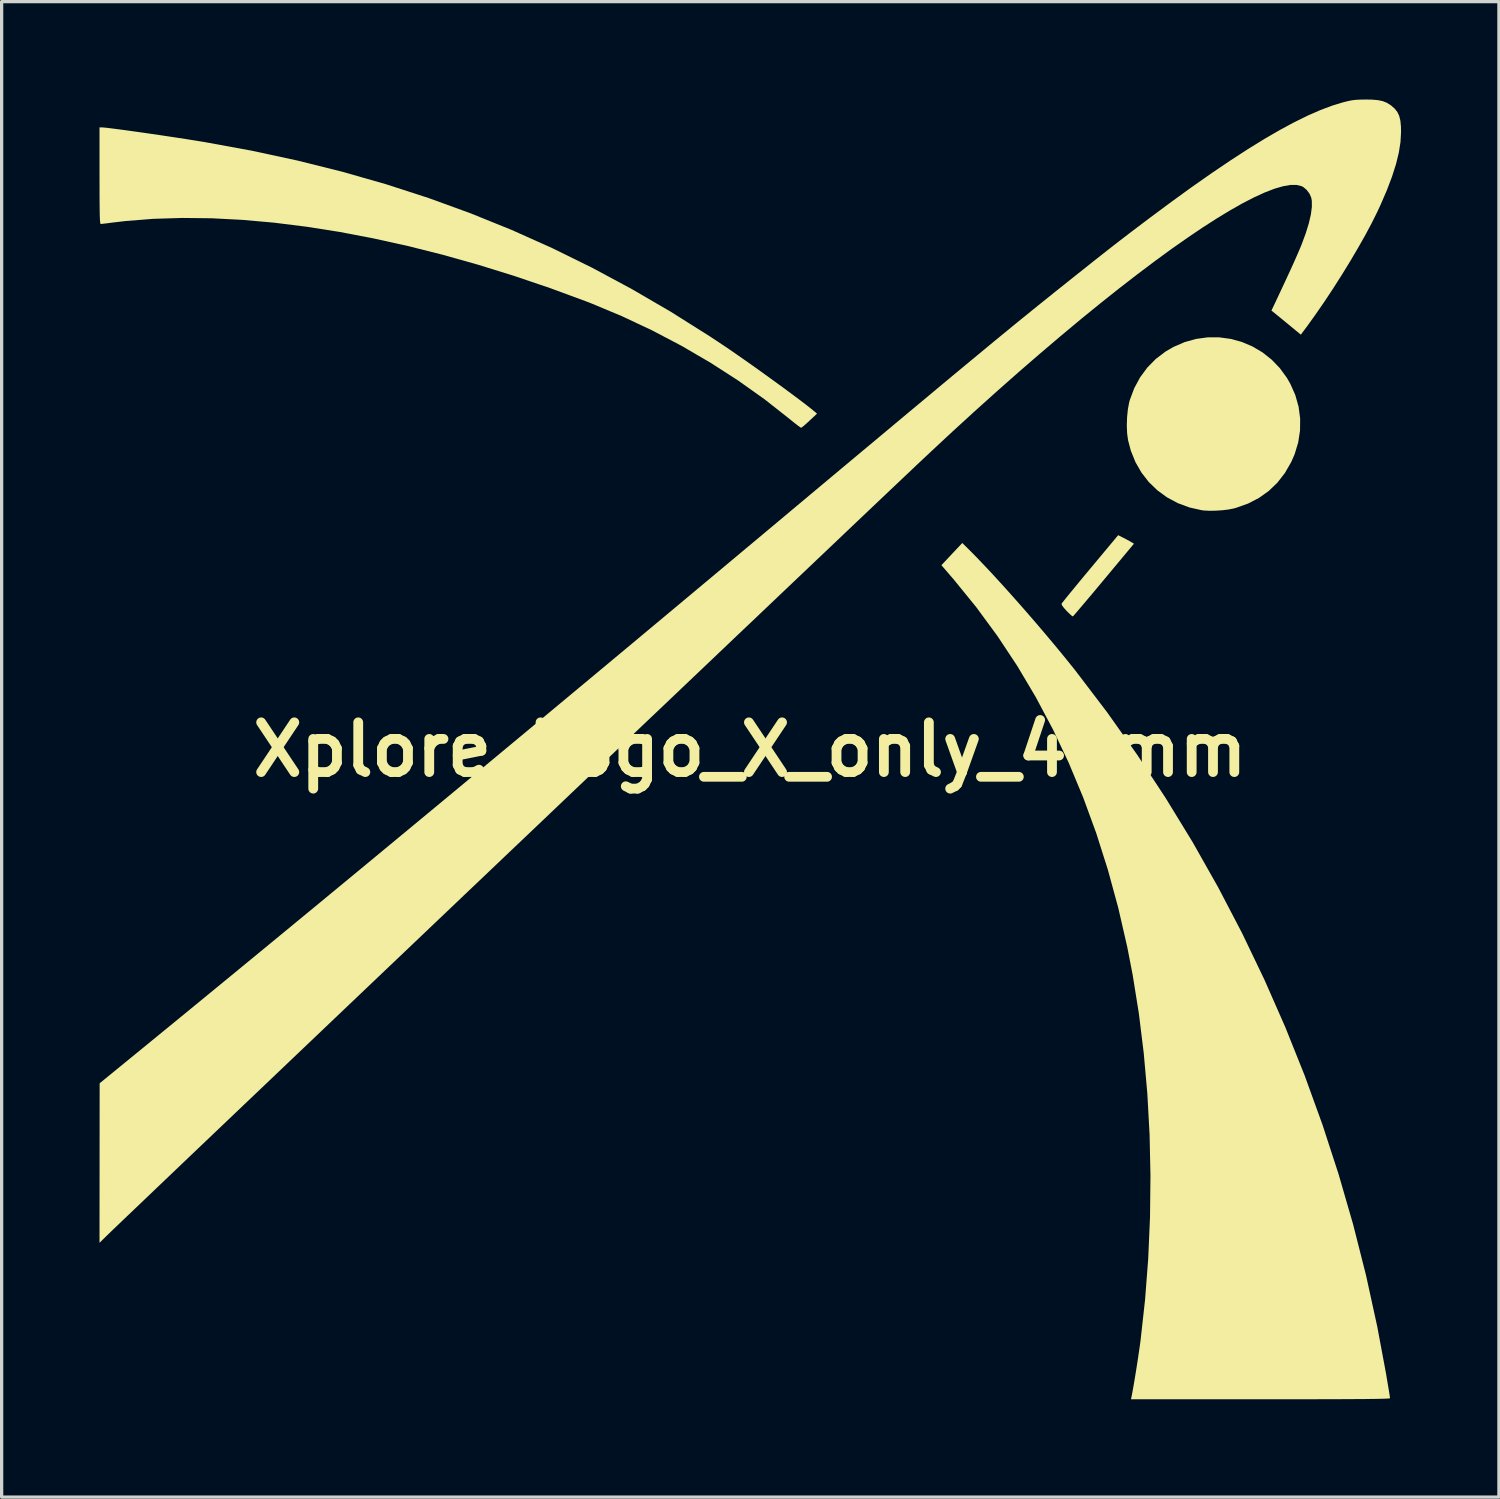
<source format=kicad_pcb>
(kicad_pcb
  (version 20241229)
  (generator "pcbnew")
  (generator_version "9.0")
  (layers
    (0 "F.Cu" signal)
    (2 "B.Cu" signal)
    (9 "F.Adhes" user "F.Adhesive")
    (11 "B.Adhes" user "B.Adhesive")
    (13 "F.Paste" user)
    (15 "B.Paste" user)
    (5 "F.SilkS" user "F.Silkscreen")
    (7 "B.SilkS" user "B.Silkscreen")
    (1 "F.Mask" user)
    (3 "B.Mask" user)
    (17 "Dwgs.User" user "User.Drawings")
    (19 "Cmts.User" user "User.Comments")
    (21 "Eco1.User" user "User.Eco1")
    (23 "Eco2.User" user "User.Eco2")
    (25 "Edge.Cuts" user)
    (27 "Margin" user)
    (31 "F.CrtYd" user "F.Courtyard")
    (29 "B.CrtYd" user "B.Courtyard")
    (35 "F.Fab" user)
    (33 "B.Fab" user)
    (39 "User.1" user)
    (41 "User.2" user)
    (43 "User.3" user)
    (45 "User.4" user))
  (footprint "Xplore_Logo_X_only_40mm"
    (layer "F.Cu")
    (at 19.94 19.924)
    (property "Reference" "Xplore_Logo_X_only_40mm" (at 0 0 0) (layer "F.SilkS") (effects (font (size 1.524 1.524) (thickness 0.3))))
    (attr board_only exclude_from_pos_files exclude_from_bom)
    (fp_poly (pts (xy 11.44 -6.491) (xy 11.538 -6.44) (xy 11.63 -6.39) (xy 11.682 -6.36) (xy 11.765 -6.31) (xy 10.839 -5.199) (xy 10.663 -4.988) (xy 10.497 -4.789) (xy 10.344 -4.608) (xy 10.208 -4.447) (xy 10.092 -4.31) (xy 10 -4.202) (xy 9.934 -4.126) (xy 9.898 -4.086) (xy 9.892 -4.081) (xy 9.865 -4.096) (xy 9.811 -4.143) (xy 9.739 -4.212) (xy 9.7 -4.251) (xy 9.617 -4.344) (xy 9.563 -4.417) (xy 9.544 -4.462) (xy 9.545 -4.468) (xy 9.565 -4.496) (xy 9.616 -4.561) (xy 9.695 -4.66) (xy 9.799 -4.788) (xy 9.925 -4.941) (xy 10.068 -5.115) (xy 10.226 -5.306) (xy 10.395 -5.509) (xy 10.42 -5.539) (xy 11.281 -6.571)) (stroke (width 0) (type solid)) (fill yes) (layer "F.SilkS"))
    (fp_poly (pts (xy 14.384 -12.634) (xy 14.734 -12.586) (xy 15.073 -12.493) (xy 15.397 -12.355) (xy 15.702 -12.175) (xy 15.982 -11.954) (xy 16.234 -11.693) (xy 16.452 -11.394) (xy 16.557 -11.212) (xy 16.71 -10.866) (xy 16.811 -10.508) (xy 16.859 -10.144) (xy 16.855 -9.778) (xy 16.799 -9.413) (xy 16.69 -9.053) (xy 16.586 -8.815) (xy 16.392 -8.478) (xy 16.162 -8.182) (xy 15.896 -7.926) (xy 15.595 -7.712) (xy 15.26 -7.539) (xy 14.891 -7.408) (xy 14.812 -7.387) (xy 14.657 -7.357) (xy 14.471 -7.335) (xy 14.271 -7.322) (xy 14.077 -7.319) (xy 13.908 -7.328) (xy 13.843 -7.336) (xy 13.462 -7.422) (xy 13.107 -7.554) (xy 12.779 -7.73) (xy 12.483 -7.946) (xy 12.22 -8.2) (xy 11.995 -8.489) (xy 11.811 -8.81) (xy 11.669 -9.161) (xy 11.584 -9.483) (xy 11.556 -9.691) (xy 11.546 -9.93) (xy 11.554 -10.18) (xy 11.578 -10.424) (xy 11.618 -10.641) (xy 11.637 -10.711) (xy 11.773 -11.074) (xy 11.953 -11.408) (xy 12.174 -11.708) (xy 12.435 -11.973) (xy 12.734 -12.2) (xy 12.975 -12.34) (xy 13.32 -12.489) (xy 13.673 -12.587) (xy 14.029 -12.635)) (stroke (width 0) (type solid)) (fill yes) (layer "F.SilkS"))
    (fp_poly (pts (xy 6.676 -6.161) (xy 6.914 -5.922) (xy 7.179 -5.645) (xy 7.467 -5.337) (xy 7.771 -5.005) (xy 8.086 -4.653) (xy 8.408 -4.288) (xy 8.73 -3.917) (xy 9.048 -3.544) (xy 9.356 -3.177) (xy 9.648 -2.822) (xy 9.92 -2.484) (xy 9.983 -2.404) (xy 10.945 -1.14) (xy 11.862 0.156) (xy 12.734 1.481) (xy 13.562 2.835) (xy 14.343 4.217) (xy 15.078 5.624) (xy 15.765 7.057) (xy 16.406 8.514) (xy 16.998 9.993) (xy 17.542 11.494) (xy 18.037 13.015) (xy 18.483 14.556) (xy 18.878 16.114) (xy 19.223 17.69) (xy 19.491 19.127) (xy 19.523 19.319) (xy 19.553 19.494) (xy 19.578 19.645) (xy 19.597 19.764) (xy 19.609 19.845) (xy 19.614 19.879) (xy 19.604 19.883) (xy 19.573 19.888) (xy 19.519 19.892) (xy 19.44 19.895) (xy 19.333 19.898) (xy 19.196 19.901) (xy 19.027 19.903) (xy 18.823 19.906) (xy 18.584 19.907) (xy 18.305 19.909) (xy 17.986 19.91) (xy 17.624 19.911) (xy 17.216 19.912) (xy 16.761 19.912) (xy 16.256 19.912) (xy 15.7 19.913) (xy 15.644 19.913) (xy 11.674 19.913) (xy 11.693 19.824) (xy 11.718 19.693) (xy 11.749 19.52) (xy 11.784 19.315) (xy 11.821 19.09) (xy 11.858 18.855) (xy 11.894 18.623) (xy 11.926 18.404) (xy 11.954 18.209) (xy 11.966 18.12) (xy 12.105 16.868) (xy 12.202 15.604) (xy 12.257 14.334) (xy 12.271 13.064) (xy 12.244 11.799) (xy 12.175 10.544) (xy 12.065 9.305) (xy 11.915 8.087) (xy 11.724 6.897) (xy 11.558 6.044) (xy 11.283 4.847) (xy 10.966 3.685) (xy 10.608 2.558) (xy 10.208 1.466) (xy 9.767 0.408) (xy 9.284 -0.614) (xy 8.759 -1.602) (xy 8.193 -2.556) (xy 7.585 -3.475) (xy 6.935 -4.36) (xy 6.243 -5.211) (xy 6.187 -5.276) (xy 5.864 -5.651) (xy 6.183 -5.991) (xy 6.503 -6.332)) (stroke (width 0) (type solid)) (fill yes) (layer "F.SilkS"))
    (fp_poly (pts (xy -19.813 -19.066) (xy -19.703 -19.055) (xy -19.551 -19.036) (xy -19.364 -19.012) (xy -19.145 -18.983) (xy -18.903 -18.949) (xy -18.642 -18.913) (xy -18.368 -18.873) (xy -18.087 -18.832) (xy -17.805 -18.79) (xy -17.528 -18.748) (xy -17.261 -18.707) (xy -17.011 -18.667) (xy -16.783 -18.63) (xy -16.721 -18.62) (xy -15.279 -18.356) (xy -13.873 -18.053) (xy -12.502 -17.711) (xy -11.162 -17.328) (xy -9.85 -16.903) (xy -8.564 -16.435) (xy -7.302 -15.924) (xy -6.06 -15.367) (xy -4.836 -14.765) (xy -3.627 -14.115) (xy -2.43 -13.418) (xy -1.244 -12.671) (xy -0.842 -12.405) (xy -0.639 -12.268) (xy -0.413 -12.112) (xy -0.169 -11.942) (xy 0.087 -11.762) (xy 0.348 -11.575) (xy 0.61 -11.386) (xy 0.867 -11.2) (xy 1.113 -11.02) (xy 1.342 -10.85) (xy 1.549 -10.695) (xy 1.727 -10.559) (xy 1.872 -10.445) (xy 1.97 -10.365) (xy 2.051 -10.296) (xy 1.82 -10.08) (xy 1.727 -9.994) (xy 1.647 -9.925) (xy 1.589 -9.879) (xy 1.562 -9.864) (xy 1.533 -9.881) (xy 1.47 -9.926) (xy 1.381 -9.995) (xy 1.275 -10.08) (xy 1.222 -10.123) (xy 0.453 -10.729) (xy -0.36 -11.307) (xy -1.211 -11.855) (xy -2.093 -12.37) (xy -3.001 -12.847) (xy -3.93 -13.284) (xy -4.873 -13.678) (xy -5.026 -13.737) (xy -6.136 -14.146) (xy -7.24 -14.52) (xy -8.335 -14.86) (xy -9.419 -15.165) (xy -10.489 -15.434) (xy -11.543 -15.667) (xy -12.579 -15.865) (xy -13.595 -16.025) (xy -14.589 -16.149) (xy -15.557 -16.235) (xy -16.498 -16.284) (xy -17.41 -16.294) (xy -18.291 -16.267) (xy -19.137 -16.2) (xy -19.563 -16.15) (xy -19.688 -16.133) (xy -19.796 -16.12) (xy -19.872 -16.112) (xy -19.904 -16.109) (xy -19.912 -16.118) (xy -19.919 -16.147) (xy -19.924 -16.199) (xy -19.929 -16.279) (xy -19.933 -16.39) (xy -19.935 -16.536) (xy -19.937 -16.721) (xy -19.939 -16.948) (xy -19.939 -17.221) (xy -19.94 -17.545) (xy -19.94 -17.59) (xy -19.94 -19.07) (xy -19.874 -19.07)) (stroke (width 0) (type solid)) (fill yes) (layer "F.SilkS"))
    (fp_poly (pts (xy 19.071 -19.92) (xy 19.247 -19.904) (xy 19.39 -19.874) (xy 19.511 -19.826) (xy 19.621 -19.759) (xy 19.646 -19.741) (xy 19.756 -19.645) (xy 19.838 -19.541) (xy 19.895 -19.421) (xy 19.931 -19.274) (xy 19.948 -19.092) (xy 19.951 -18.921) (xy 19.934 -18.621) (xy 19.883 -18.297) (xy 19.797 -17.945) (xy 19.675 -17.562) (xy 19.518 -17.148) (xy 19.324 -16.698) (xy 19.221 -16.476) (xy 19.054 -16.141) (xy 18.858 -15.773) (xy 18.636 -15.381) (xy 18.395 -14.972) (xy 18.139 -14.555) (xy 17.874 -14.139) (xy 17.604 -13.731) (xy 17.335 -13.341) (xy 17.073 -12.976) (xy 16.965 -12.831) (xy 16.879 -12.717) (xy 16.676 -12.885) (xy 16.565 -12.977) (xy 16.432 -13.086) (xy 16.298 -13.196) (xy 16.226 -13.255) (xy 15.979 -13.456) (xy 16.103 -13.716) (xy 16.268 -14.068) (xy 16.42 -14.394) (xy 16.557 -14.69) (xy 16.676 -14.952) (xy 16.775 -15.177) (xy 16.854 -15.36) (xy 16.905 -15.485) (xy 17.032 -15.828) (xy 17.126 -16.134) (xy 17.188 -16.404) (xy 17.218 -16.634) (xy 17.216 -16.824) (xy 17.198 -16.918) (xy 17.145 -17.039) (xy 17.059 -17.153) (xy 16.957 -17.24) (xy 16.905 -17.268) (xy 16.749 -17.306) (xy 16.557 -17.305) (xy 16.33 -17.265) (xy 16.07 -17.189) (xy 15.777 -17.076) (xy 15.452 -16.928) (xy 15.097 -16.745) (xy 14.713 -16.528) (xy 14.3 -16.277) (xy 13.861 -15.995) (xy 13.396 -15.68) (xy 12.905 -15.336) (xy 12.392 -14.961) (xy 11.856 -14.557) (xy 11.298 -14.125) (xy 10.72 -13.665) (xy 10.123 -13.179) (xy 9.508 -12.666) (xy 8.877 -12.129) (xy 8.229 -11.568) (xy 7.567 -10.983) (xy 6.891 -10.376) (xy 6.203 -9.747) (xy 5.504 -9.096) (xy 5.13 -8.745) (xy 4.955 -8.579) (xy 4.746 -8.381) (xy 4.505 -8.153) (xy 4.232 -7.895) (xy 3.93 -7.608) (xy 3.6 -7.295) (xy 3.243 -6.956) (xy 2.86 -6.592) (xy 2.453 -6.205) (xy 2.023 -5.797) (xy 1.571 -5.367) (xy 1.099 -4.919) (xy 0.608 -4.452) (xy 0.099 -3.968) (xy -0.427 -3.469) (xy -0.967 -2.955) (xy -1.521 -2.428) (xy -2.088 -1.889) (xy -2.665 -1.34) (xy -3.253 -0.782) (xy -3.848 -0.215) (xy -4.451 0.358) (xy -5.06 0.937) (xy -5.673 1.52) (xy -6.289 2.107) (xy -6.907 2.695) (xy -7.526 3.283) (xy -8.143 3.871) (xy -8.759 4.456) (xy -9.37 5.038) (xy -9.977 5.616) (xy -10.578 6.188) (xy -11.172 6.753) (xy -11.756 7.309) (xy -12.331 7.856) (xy -12.894 8.392) (xy -13.444 8.916) (xy -13.98 9.426) (xy -14.5 9.922) (xy -15.004 10.402) (xy -15.49 10.864) (xy -15.956 11.308) (xy -16.402 11.733) (xy -16.825 12.136) (xy -17.225 12.517) (xy -17.6 12.875) (xy -17.949 13.208) (xy -18.271 13.515) (xy -18.564 13.795) (xy -18.827 14.046) (xy -19.059 14.267) (xy -19.258 14.457) (xy -19.423 14.615) (xy -19.553 14.739) (xy -19.646 14.829) (xy -19.701 14.882) (xy -19.702 14.883) (xy -19.94 15.117) (xy -19.938 12.672) (xy -19.936 10.228) (xy -18.357 8.938) (xy -17.174 7.97) (xy -15.951 6.966) (xy -14.687 5.927) (xy -13.382 4.852) (xy -12.037 3.742) (xy -10.651 2.595) (xy -9.224 1.413) (xy -7.757 0.195) (xy -6.248 -1.059) (xy -4.699 -2.348) (xy -3.11 -3.673) (xy -1.479 -5.035) (xy 0.192 -6.432) (xy 0.557 -6.737) (xy 1.216 -7.289) (xy 1.835 -7.807) (xy 2.416 -8.293) (xy 2.96 -8.748) (xy 3.47 -9.174) (xy 3.947 -9.572) (xy 4.392 -9.944) (xy 4.807 -10.291) (xy 5.195 -10.614) (xy 5.556 -10.915) (xy 5.892 -11.196) (xy 6.206 -11.457) (xy 6.499 -11.7) (xy 6.772 -11.927) (xy 7.028 -12.138) (xy 7.267 -12.336) (xy 7.492 -12.522) (xy 7.705 -12.697) (xy 7.907 -12.862) (xy 8.099 -13.02) (xy 8.284 -13.171) (xy 8.464 -13.316) (xy 8.639 -13.459) (xy 8.812 -13.598) (xy 8.985 -13.737) (xy 9.158 -13.876) (xy 9.334 -14.018) (xy 9.515 -14.162) (xy 9.702 -14.311) (xy 9.725 -14.33) (xy 10.033 -14.575) (xy 10.305 -14.791) (xy 10.546 -14.983) (xy 10.762 -15.153) (xy 10.959 -15.308) (xy 11.142 -15.451) (xy 11.318 -15.588) (xy 11.493 -15.722) (xy 11.672 -15.859) (xy 11.861 -16.002) (xy 12.065 -16.156) (xy 12.238 -16.287) (xy 12.913 -16.788) (xy 13.551 -17.25) (xy 14.155 -17.673) (xy 14.725 -18.058) (xy 15.261 -18.406) (xy 15.765 -18.717) (xy 16.238 -18.991) (xy 16.681 -19.229) (xy 17.095 -19.433) (xy 17.48 -19.601) (xy 17.839 -19.736) (xy 18.161 -19.834) (xy 18.309 -19.872) (xy 18.43 -19.897) (xy 18.544 -19.912) (xy 18.672 -19.92) (xy 18.831 -19.923) (xy 18.853 -19.924)) (stroke (width 0) (type solid)) (fill yes) (layer "F.SilkS")))
  (gr_rect
    (start -3 -3)
    (end 42.891 42.836)
    (stroke (width 0.1) (type default))
    (fill no)
    (layer "Edge.Cuts")))
</source>
